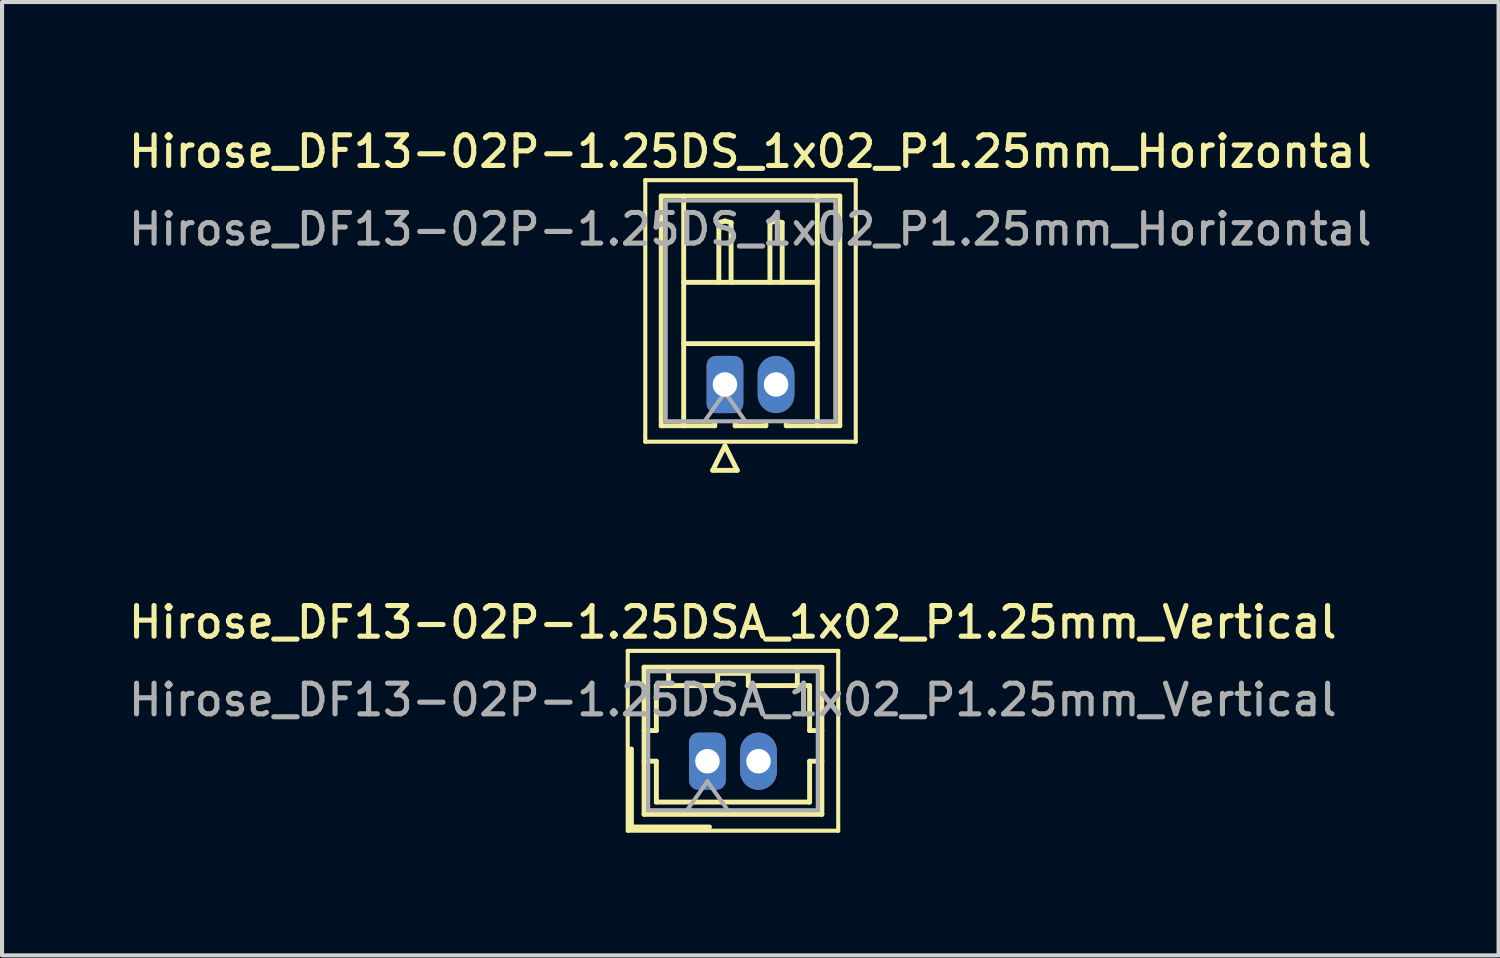
<source format=kicad_pcb>
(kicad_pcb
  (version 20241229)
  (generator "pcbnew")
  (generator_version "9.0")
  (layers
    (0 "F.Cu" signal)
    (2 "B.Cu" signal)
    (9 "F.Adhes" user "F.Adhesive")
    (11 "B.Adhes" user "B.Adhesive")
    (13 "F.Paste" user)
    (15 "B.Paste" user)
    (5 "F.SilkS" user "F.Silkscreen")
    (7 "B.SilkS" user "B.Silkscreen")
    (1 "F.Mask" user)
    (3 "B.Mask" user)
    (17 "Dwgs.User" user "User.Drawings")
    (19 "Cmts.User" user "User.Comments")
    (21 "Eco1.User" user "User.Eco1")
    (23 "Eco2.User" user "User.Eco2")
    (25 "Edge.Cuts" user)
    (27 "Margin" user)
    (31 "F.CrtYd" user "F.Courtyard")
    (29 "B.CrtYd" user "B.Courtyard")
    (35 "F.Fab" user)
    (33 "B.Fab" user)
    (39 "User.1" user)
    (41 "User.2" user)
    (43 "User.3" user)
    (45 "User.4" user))
  (footprint "Hirose_DF13-02P-1.25DS_1x02_P1.25mm_Horizontal"
    (layer "F.Cu")
    (at 14.689 6.358)
    (property "Reference" "Hirose_DF13-02P-1.25DS_1x02_P1.25mm_Horizontal" (at 0.62 -5.7 0) (layer "F.SilkS") (effects (font (size 0.75 0.75) (thickness 0.125))))
    (attr through_hole)
    (fp_line (start -1.95 -5) (end -1.95 1.4) (stroke (width 0.1) (type solid)) (layer "F.SilkS"))
    (fp_line (start -1.95 1.4) (end 3.2 1.4) (stroke (width 0.1) (type solid)) (layer "F.SilkS"))
    (fp_line (start -1.56 -4.61) (end 2.81 -4.61) (stroke (width 0.12) (type solid)) (layer "F.SilkS"))
    (fp_line (start -1.56 1.01) (end -1.56 -4.61) (stroke (width 0.12) (type solid)) (layer "F.SilkS"))
    (fp_line (start -1.01 -4.61) (end -1.01 1.01) (stroke (width 0.12) (type solid)) (layer "F.SilkS"))
    (fp_line (start -1.01 -2.5) (end 2.26 -2.5) (stroke (width 0.12) (type solid)) (layer "F.SilkS"))
    (fp_line (start -1.01 -1) (end 2.26 -1) (stroke (width 0.12) (type solid)) (layer "F.SilkS"))
    (fp_line (start -0.3 2.1) (end 0.3 2.1) (stroke (width 0.12) (type solid)) (layer "F.SilkS"))
    (fp_line (start -0.25 0.96) (end -0.25 1.01) (stroke (width 0.12) (type solid)) (layer "F.SilkS"))
    (fp_line (start -0.25 1.01) (end -1.56 1.01) (stroke (width 0.12) (type solid)) (layer "F.SilkS"))
    (fp_line (start -0.15 -3.962) (end 0 -4) (stroke (width 0.12) (type solid)) (layer "F.SilkS"))
    (fp_line (start -0.15 -2.5) (end -0.15 -3.962) (stroke (width 0.12) (type solid)) (layer "F.SilkS"))
    (fp_line (start 0 -4) (end 0.15 -3.962) (stroke (width 0.12) (type solid)) (layer "F.SilkS"))
    (fp_line (start 0 1.5) (end -0.3 2.1) (stroke (width 0.12) (type solid)) (layer "F.SilkS"))
    (fp_line (start 0.15 -3.962) (end 0.15 -2.5) (stroke (width 0.12) (type solid)) (layer "F.SilkS"))
    (fp_line (start 0.25 0.96) (end 0.25 1.01) (stroke (width 0.12) (type solid)) (layer "F.SilkS"))
    (fp_line (start 0.25 1.01) (end 1 1.01) (stroke (width 0.12) (type solid)) (layer "F.SilkS"))
    (fp_line (start 0.3 2.1) (end 0 1.5) (stroke (width 0.12) (type solid)) (layer "F.SilkS"))
    (fp_line (start 1 1.01) (end 1 0.96) (stroke (width 0.12) (type solid)) (layer "F.SilkS"))
    (fp_line (start 1.1 -3.962) (end 1.25 -4) (stroke (width 0.12) (type solid)) (layer "F.SilkS"))
    (fp_line (start 1.1 -2.5) (end 1.1 -3.962) (stroke (width 0.12) (type solid)) (layer "F.SilkS"))
    (fp_line (start 1.25 -4) (end 1.4 -3.962) (stroke (width 0.12) (type solid)) (layer "F.SilkS"))
    (fp_line (start 1.4 -3.962) (end 1.4 -2.5) (stroke (width 0.12) (type solid)) (layer "F.SilkS"))
    (fp_line (start 1.5 1.01) (end 1.5 0.96) (stroke (width 0.12) (type solid)) (layer "F.SilkS"))
    (fp_line (start 2.26 -4.61) (end 2.26 1.01) (stroke (width 0.12) (type solid)) (layer "F.SilkS"))
    (fp_line (start 2.81 -4.61) (end 2.81 1.01) (stroke (width 0.12) (type solid)) (layer "F.SilkS"))
    (fp_line (start 2.81 1.01) (end 1.5 1.01) (stroke (width 0.12) (type solid)) (layer "F.SilkS"))
    (fp_line (start 3.2 -5) (end -1.95 -5) (stroke (width 0.1) (type solid)) (layer "F.SilkS"))
    (fp_line (start 3.2 1.4) (end 3.2 -5) (stroke (width 0.1) (type solid)) (layer "F.SilkS"))
    (fp_line (start -1.45 -4.5) (end -1.45 0.9) (stroke (width 0.1) (type solid)) (layer "F.Fab"))
    (fp_line (start -1.45 0.9) (end 2.7 0.9) (stroke (width 0.1) (type solid)) (layer "F.Fab"))
    (fp_line (start -0.5 0.9) (end 0 0.193) (stroke (width 0.1) (type solid)) (layer "F.Fab"))
    (fp_line (start 0 0.193) (end 0.5 0.9) (stroke (width 0.1) (type solid)) (layer "F.Fab"))
    (fp_line (start 2.7 -4.5) (end -1.45 -4.5) (stroke (width 0.1) (type solid)) (layer "F.Fab"))
    (fp_line (start 2.7 0.9) (end 2.7 -4.5) (stroke (width 0.1) (type solid)) (layer "F.Fab"))
    (fp_text user "${REFERENCE}" (at 0.62 -3.8 0) (layer "F.Fab") (effects (font (size 0.75 0.75) (thickness 0.125))))
    (pad "1" thru_hole roundrect (at 0 0) (size 0.9 1.4) (drill 0.6) (layers "*.Cu" "*.Mask") (roundrect_rratio 0.25))
    (pad "2" thru_hole oval (at 1.25 0) (size 0.9 1.4) (drill 0.6) (layers "*.Cu" "*.Mask")))
  (footprint "Hirose_DF13-02P-1.25DSA_1x02_P1.25mm_Vertical"
    (layer "F.Cu")
    (at 14.26 15.576)
    (property "Reference" "Hirose_DF13-02P-1.25DSA_1x02_P1.25mm_Vertical" (at 0.62 -3.4 0) (layer "F.SilkS") (effects (font (size 0.75 0.75) (thickness 0.125))))
    (attr through_hole)
    (fp_line (start -1.95 -2.7) (end -1.95 1.7) (stroke (width 0.1) (type solid)) (layer "F.SilkS"))
    (fp_line (start -1.95 1.7) (end 3.2 1.7) (stroke (width 0.1) (type solid)) (layer "F.SilkS"))
    (fp_line (start -1.86 -0.3) (end -1.86 1.61) (stroke (width 0.12) (type solid)) (layer "F.SilkS"))
    (fp_line (start -1.86 1.61) (end 0.05 1.61) (stroke (width 0.12) (type solid)) (layer "F.SilkS"))
    (fp_line (start -1.55 -2.3) (end -1.55 1.3) (stroke (width 0.12) (type solid)) (layer "F.SilkS"))
    (fp_line (start -1.55 -0.75) (end -1.25 -0.75) (stroke (width 0.12) (type solid)) (layer "F.SilkS"))
    (fp_line (start -1.55 0) (end -1.25 0) (stroke (width 0.12) (type solid)) (layer "F.SilkS"))
    (fp_line (start -1.55 1.3) (end 2.8 1.3) (stroke (width 0.12) (type solid)) (layer "F.SilkS"))
    (fp_line (start -1.25 -1.85) (end -0.95 -1.85) (stroke (width 0.12) (type solid)) (layer "F.SilkS"))
    (fp_line (start -1.25 -0.75) (end -1.25 -1.85) (stroke (width 0.12) (type solid)) (layer "F.SilkS"))
    (fp_line (start -1.25 0) (end -1.25 1) (stroke (width 0.12) (type solid)) (layer "F.SilkS"))
    (fp_line (start -1.25 1) (end 2.5 1) (stroke (width 0.12) (type solid)) (layer "F.SilkS"))
    (fp_line (start -0.95 -1.85) (end -0.95 -2.3) (stroke (width 0.12) (type solid)) (layer "F.SilkS"))
    (fp_line (start -0.95 -1.85) (end 0.25 -1.85) (stroke (width 0.12) (type solid)) (layer "F.SilkS"))
    (fp_line (start 0.25 -2.15) (end 1 -2.15) (stroke (width 0.12) (type solid)) (layer "F.SilkS"))
    (fp_line (start 0.25 -1.85) (end 0.25 -2.15) (stroke (width 0.12) (type solid)) (layer "F.SilkS"))
    (fp_line (start 1 -2.15) (end 1 -1.85) (stroke (width 0.12) (type solid)) (layer "F.SilkS"))
    (fp_line (start 1 -1.85) (end 2.2 -1.85) (stroke (width 0.12) (type solid)) (layer "F.SilkS"))
    (fp_line (start 2.2 -1.85) (end 2.2 -2.3) (stroke (width 0.12) (type solid)) (layer "F.SilkS"))
    (fp_line (start 2.5 -1.85) (end 2.2 -1.85) (stroke (width 0.12) (type solid)) (layer "F.SilkS"))
    (fp_line (start 2.5 -0.75) (end 2.5 -1.85) (stroke (width 0.12) (type solid)) (layer "F.SilkS"))
    (fp_line (start 2.5 0) (end 2.8 0) (stroke (width 0.12) (type solid)) (layer "F.SilkS"))
    (fp_line (start 2.5 1) (end 2.5 0) (stroke (width 0.12) (type solid)) (layer "F.SilkS"))
    (fp_line (start 2.8 -2.3) (end -1.55 -2.3) (stroke (width 0.12) (type solid)) (layer "F.SilkS"))
    (fp_line (start 2.8 -0.75) (end 2.5 -0.75) (stroke (width 0.12) (type solid)) (layer "F.SilkS"))
    (fp_line (start 2.8 1.3) (end 2.8 -2.3) (stroke (width 0.12) (type solid)) (layer "F.SilkS"))
    (fp_line (start 3.2 -2.7) (end -1.95 -2.7) (stroke (width 0.1) (type solid)) (layer "F.SilkS"))
    (fp_line (start 3.2 1.7) (end 3.2 -2.7) (stroke (width 0.1) (type solid)) (layer "F.SilkS"))
    (fp_line (start -1.45 -2.2) (end -1.45 1.2) (stroke (width 0.1) (type solid)) (layer "F.Fab"))
    (fp_line (start -1.45 1.2) (end 2.7 1.2) (stroke (width 0.1) (type solid)) (layer "F.Fab"))
    (fp_line (start -0.5 1.2) (end 0 0.493) (stroke (width 0.1) (type solid)) (layer "F.Fab"))
    (fp_line (start 0 0.493) (end 0.5 1.2) (stroke (width 0.1) (type solid)) (layer "F.Fab"))
    (fp_line (start 2.7 -2.2) (end -1.45 -2.2) (stroke (width 0.1) (type solid)) (layer "F.Fab"))
    (fp_line (start 2.7 1.2) (end 2.7 -2.2) (stroke (width 0.1) (type solid)) (layer "F.Fab"))
    (fp_text user "${REFERENCE}" (at 0.62 -1.5 0) (layer "F.Fab") (effects (font (size 0.75 0.75) (thickness 0.125))))
    (pad "1" thru_hole roundrect (at 0 0) (size 0.9 1.4) (drill 0.6) (layers "*.Cu" "*.Mask") (roundrect_rratio 0.25))
    (pad "2" thru_hole oval (at 1.25 0) (size 0.9 1.4) (drill 0.6) (layers "*.Cu" "*.Mask")))
  (gr_rect
    (start -3 -3)
    (end 33.618 20.326)
    (stroke (width 0.1) (type default))
    (fill no)
    (layer "Edge.Cuts")))
</source>
